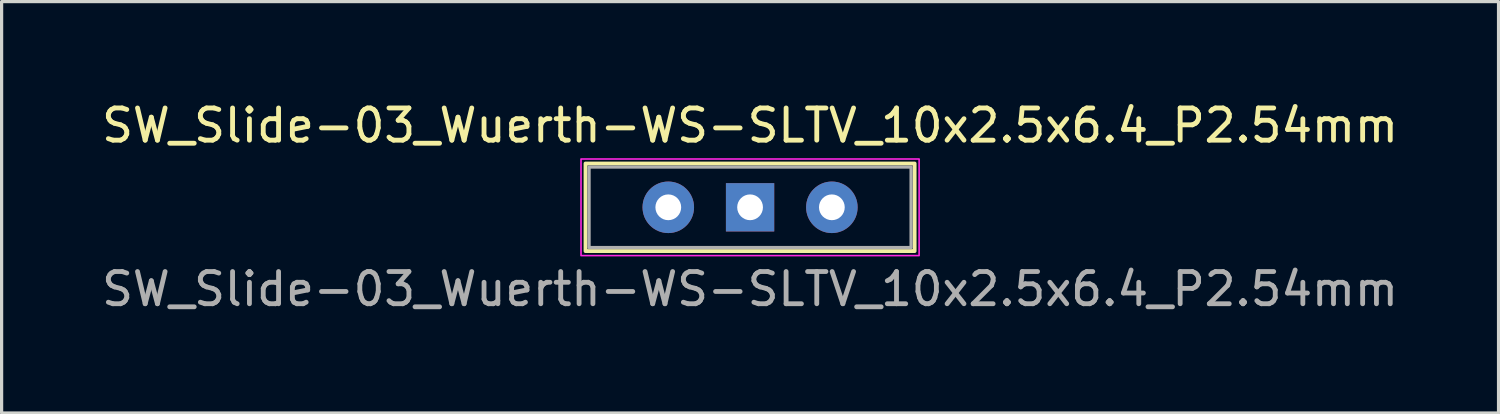
<source format=kicad_pcb>
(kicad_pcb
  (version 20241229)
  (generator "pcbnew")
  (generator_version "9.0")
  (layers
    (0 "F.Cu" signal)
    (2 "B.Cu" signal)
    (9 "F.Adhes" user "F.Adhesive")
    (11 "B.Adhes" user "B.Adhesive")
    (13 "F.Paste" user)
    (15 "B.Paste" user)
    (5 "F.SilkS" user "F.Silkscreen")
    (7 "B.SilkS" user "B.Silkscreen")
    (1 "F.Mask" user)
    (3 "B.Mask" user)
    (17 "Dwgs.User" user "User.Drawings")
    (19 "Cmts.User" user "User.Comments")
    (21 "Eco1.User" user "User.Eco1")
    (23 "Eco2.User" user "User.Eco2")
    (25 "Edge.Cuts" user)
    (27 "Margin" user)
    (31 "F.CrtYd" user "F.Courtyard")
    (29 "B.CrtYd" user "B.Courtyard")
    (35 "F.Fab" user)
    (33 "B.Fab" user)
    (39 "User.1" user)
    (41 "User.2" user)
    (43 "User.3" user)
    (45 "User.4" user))
  (footprint "SW_Slide-03_Wuerth-WS-SLTV_10x2.5x6.4_P2.54mm"
    (layer "F.Cu")
    (at 20.244 3.388)
    (property "Reference" "SW_Slide-03_Wuerth-WS-SLTV_10x2.5x6.4_P2.54mm" (at 0 -2.54 0) (layer "F.SilkS") (effects (font (size 1 1) (thickness 0.15))))
    (attr through_hole)
    (fp_poly (pts (xy -5.11 -1.36) (xy 5.11 -1.36) (xy 5.11 1.36) (xy -5.11 1.36)) (stroke (width 0.12) (type default)) (fill no) (layer "F.SilkS"))
    (fp_poly (pts (xy -5.25 -1.5) (xy 5.25 -1.5) (xy 5.25 1.5) (xy -5.25 1.5)) (stroke (width 0.05) (type default)) (fill no) (layer "F.CrtYd"))
    (fp_poly (pts (xy -5 -1.25) (xy 5 -1.25) (xy 5 1.25) (xy -5 1.25)) (stroke (width 0.1) (type default)) (fill no) (layer "F.Fab"))
    (fp_text user "${REFERENCE}" (at 0 2.54 0) (layer "F.Fab") (effects (font (size 1 1) (thickness 0.15))))
    (pad "1" thru_hole rect (at 0 0) (size 1.5 1.5) (drill 0.8) (layers "*.Cu" "*.Mask"))
    (pad "2" thru_hole circle (at -2.54 0) (size 1.6 1.6) (drill 0.8) (layers "*.Cu" "*.Mask"))
    (pad "3" thru_hole circle (at 2.54 0) (size 1.6 1.6) (drill 0.8) (layers "*.Cu" "*.Mask")))
  (gr_rect
    (start -3 -3)
    (end 43.488 9.777)
    (stroke (width 0.1) (type default))
    (fill no)
    (layer "Edge.Cuts")))
</source>
